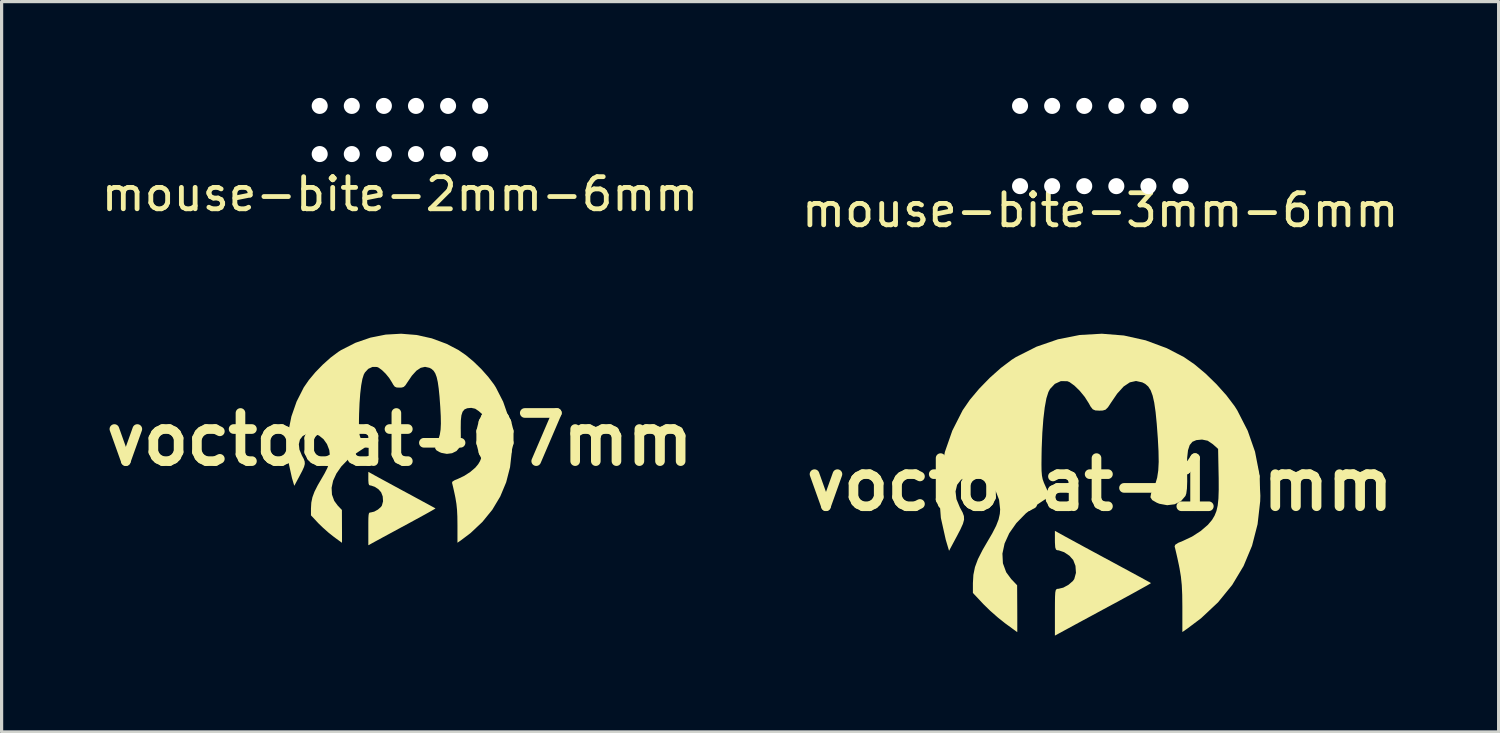
<source format=kicad_pcb>
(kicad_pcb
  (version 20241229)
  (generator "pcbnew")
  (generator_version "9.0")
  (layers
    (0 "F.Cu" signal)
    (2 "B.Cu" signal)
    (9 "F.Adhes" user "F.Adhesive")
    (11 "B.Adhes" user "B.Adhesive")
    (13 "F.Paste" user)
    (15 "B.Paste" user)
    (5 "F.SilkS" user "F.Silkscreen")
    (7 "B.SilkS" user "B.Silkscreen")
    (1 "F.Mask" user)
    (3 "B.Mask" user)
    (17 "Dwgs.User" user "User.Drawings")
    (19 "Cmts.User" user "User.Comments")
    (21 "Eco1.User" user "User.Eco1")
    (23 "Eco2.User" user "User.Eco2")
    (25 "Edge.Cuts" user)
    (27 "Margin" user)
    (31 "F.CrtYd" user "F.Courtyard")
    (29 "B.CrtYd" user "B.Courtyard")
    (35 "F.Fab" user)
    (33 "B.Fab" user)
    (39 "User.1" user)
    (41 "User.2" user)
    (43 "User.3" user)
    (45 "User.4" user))
  (footprint "voctocat-07mm"
    (layer "F.Cu")
    (at 9.407 10.639)
    (property "Reference" "voctocat-07mm" (at 0 0 0) (layer "F.SilkS") (effects (font (size 1.5 1.5) (thickness 0.3))))
    (attr board_only exclude_from_pos_files exclude_from_bom)
    (fp_poly (pts (xy -0.762 1.134) (xy -0.671 1.184) (xy -0.529 1.261) (xy -0.348 1.359) (xy -0.139 1.473) (xy 0.088 1.596) (xy 0.28 1.699) (xy 0.499 1.818) (xy 0.696 1.925) (xy 0.865 2.016) (xy 0.995 2.087) (xy 1.081 2.134) (xy 1.112 2.152) (xy 1.085 2.17) (xy 1.004 2.217) (xy 0.877 2.289) (xy 0.712 2.38) (xy 0.516 2.487) (xy 0.298 2.606) (xy 0.289 2.611) (xy 0.055 2.737) (xy -0.17 2.859) (xy -0.377 2.971) (xy -0.553 3.066) (xy -0.688 3.14) (xy -0.762 3.18) (xy -0.981 3.3) (xy -0.981 2.788) (xy -0.981 2.59) (xy -0.979 2.451) (xy -0.973 2.361) (xy -0.963 2.309) (xy -0.946 2.285) (xy -0.92 2.278) (xy -0.902 2.277) (xy -0.798 2.252) (xy -0.683 2.189) (xy -0.589 2.107) (xy -0.559 2.065) (xy -0.522 1.93) (xy -0.533 1.777) (xy -0.582 1.65) (xy -0.665 1.555) (xy -0.78 1.479) (xy -0.897 1.439) (xy -0.925 1.436) (xy -0.957 1.423) (xy -0.974 1.373) (xy -0.981 1.273) (xy -0.981 1.224) (xy -0.981 1.013)) (stroke (width 0) (type solid)) (fill yes) (layer "F.SilkS"))
    (fp_poly (pts (xy 0.522 -3.252) (xy 0.996 -3.147) (xy 1.459 -2.975) (xy 1.83 -2.781) (xy 2.058 -2.624) (xy 2.301 -2.421) (xy 2.539 -2.19) (xy 2.755 -1.947) (xy 2.934 -1.711) (xy 2.992 -1.619) (xy 3.22 -1.173) (xy 3.379 -0.716) (xy 3.471 -0.244) (xy 3.495 0.246) (xy 3.491 0.368) (xy 3.435 0.867) (xy 3.314 1.338) (xy 3.129 1.781) (xy 2.882 2.193) (xy 2.573 2.573) (xy 2.203 2.921) (xy 1.905 3.146) (xy 1.796 3.221) (xy 1.796 2.671) (xy 1.793 2.409) (xy 1.783 2.197) (xy 1.764 2.012) (xy 1.735 1.834) (xy 1.721 1.763) (xy 1.688 1.609) (xy 1.658 1.478) (xy 1.636 1.387) (xy 1.627 1.356) (xy 1.639 1.317) (xy 1.708 1.273) (xy 1.813 1.23) (xy 2.007 1.138) (xy 2.194 1.017) (xy 2.352 0.882) (xy 2.443 0.773) (xy 2.498 0.68) (xy 2.538 0.58) (xy 2.566 0.46) (xy 2.582 0.309) (xy 2.588 0.115) (xy 2.587 -0.135) (xy 2.586 -0.199) (xy 2.575 -0.777) (xy 2.461 -0.879) (xy 2.348 -0.955) (xy 2.229 -0.98) (xy 2.215 -0.98) (xy 2.1 -0.969) (xy 2.015 -0.932) (xy 1.956 -0.861) (xy 1.919 -0.747) (xy 1.901 -0.584) (xy 1.898 -0.361) (xy 1.899 -0.286) (xy 1.901 -0.067) (xy 1.896 0.09) (xy 1.882 0.195) (xy 1.863 0.251) (xy 1.766 0.364) (xy 1.628 0.432) (xy 1.465 0.453) (xy 1.295 0.421) (xy 1.237 0.397) (xy 1.139 0.34) (xy 1.1 0.279) (xy 1.115 0.194) (xy 1.15 0.117) (xy 1.207 -0.012) (xy 1.247 -0.149) (xy 1.271 -0.305) (xy 1.28 -0.493) (xy 1.276 -0.726) (xy 1.261 -1.005) (xy 1.238 -1.325) (xy 1.212 -1.583) (xy 1.183 -1.786) (xy 1.148 -1.941) (xy 1.105 -2.056) (xy 1.052 -2.138) (xy 0.988 -2.195) (xy 0.923 -2.229) (xy 0.786 -2.259) (xy 0.652 -2.229) (xy 0.516 -2.138) (xy 0.376 -1.983) (xy 0.239 -1.781) (xy 0.175 -1.684) (xy 0.123 -1.634) (xy 0.061 -1.614) (xy -0.012 -1.612) (xy -0.1 -1.616) (xy -0.157 -1.641) (xy -0.204 -1.702) (xy -0.244 -1.773) (xy -0.331 -1.912) (xy -0.441 -2.046) (xy -0.556 -2.158) (xy -0.661 -2.234) (xy -0.711 -2.255) (xy -0.851 -2.257) (xy -0.982 -2.197) (xy -1.087 -2.084) (xy -1.123 -2.018) (xy -1.166 -1.881) (xy -1.203 -1.682) (xy -1.233 -1.428) (xy -1.255 -1.128) (xy -1.269 -0.787) (xy -1.272 -0.631) (xy -1.274 -0.437) (xy -1.272 -0.297) (xy -1.264 -0.195) (xy -1.247 -0.114) (xy -1.221 -0.037) (xy -1.182 0.049) (xy -1.134 0.155) (xy -1.102 0.231) (xy -1.094 0.26) (xy -1.126 0.28) (xy -1.201 0.329) (xy -1.308 0.4) (xy -1.359 0.434) (xy -1.614 0.63) (xy -1.82 0.842) (xy -1.975 1.064) (xy -2.078 1.288) (xy -2.125 1.509) (xy -2.114 1.721) (xy -2.043 1.916) (xy -1.934 2.064) (xy -1.804 2.2) (xy -1.802 2.712) (xy -1.801 2.892) (xy -1.801 3.044) (xy -1.801 3.157) (xy -1.802 3.217) (xy -1.802 3.223) (xy -1.829 3.204) (xy -1.9 3.152) (xy -2.003 3.077) (xy -2.067 3.029) (xy -2.221 2.907) (xy -2.387 2.76) (xy -2.532 2.62) (xy -2.549 2.602) (xy -2.768 2.368) (xy -2.768 2.153) (xy -2.758 1.973) (xy -2.723 1.804) (xy -2.658 1.629) (xy -2.557 1.43) (xy -2.47 1.28) (xy -2.348 1.07) (xy -2.262 0.903) (xy -2.209 0.765) (xy -2.181 0.642) (xy -2.174 0.543) (xy -2.198 0.333) (xy -2.269 0.148) (xy -2.378 -0.006) (xy -2.516 -0.117) (xy -2.674 -0.179) (xy -2.844 -0.181) (xy -2.889 -0.171) (xy -3.026 -0.103) (xy -3.112 0.008) (xy -3.146 0.152) (xy -3.127 0.32) (xy -3.051 0.503) (xy -3.045 0.514) (xy -2.992 0.611) (xy -2.964 0.69) (xy -2.96 0.767) (xy -2.984 0.858) (xy -3.038 0.978) (xy -3.124 1.142) (xy -3.132 1.158) (xy -3.288 1.448) (xy -3.36 1.206) (xy -3.465 0.73) (xy -3.503 0.247) (xy -3.474 -0.236) (xy -3.378 -0.712) (xy -3.216 -1.177) (xy -2.992 -1.619) (xy -2.834 -1.848) (xy -2.632 -2.09) (xy -2.4 -2.328) (xy -2.158 -2.545) (xy -1.921 -2.723) (xy -1.83 -2.781) (xy -1.381 -3.009) (xy -0.916 -3.169) (xy -0.44 -3.264) (xy 0.041 -3.291)) (stroke (width 0) (type solid)) (fill yes) (layer "F.SilkS")))
  (footprint "voctocat-10mm"
    (layer "F.Cu")
    (at 31.221 12.045)
    (property "Reference" "voctocat-10mm" (at 0 0 0) (layer "F.SilkS") (effects (font (size 1.5 1.5) (thickness 0.3))))
    (attr board_only exclude_from_pos_files exclude_from_bom)
    (fp_poly (pts (xy -1.09 1.618) (xy -0.959 1.689) (xy -0.757 1.799) (xy -0.498 1.94) (xy -0.198 2.102) (xy 0.126 2.277) (xy 0.401 2.425) (xy 0.713 2.594) (xy 0.996 2.747) (xy 1.236 2.877) (xy 1.423 2.979) (xy 1.545 3.046) (xy 1.591 3.072) (xy 1.552 3.098) (xy 1.436 3.165) (xy 1.254 3.266) (xy 1.018 3.397) (xy 0.738 3.55) (xy 0.427 3.719) (xy 0.413 3.726) (xy 0.079 3.906) (xy -0.244 4.081) (xy -0.539 4.24) (xy -0.79 4.376) (xy -0.983 4.481) (xy -1.09 4.539) (xy -1.403 4.709) (xy -1.403 3.98) (xy -1.402 3.696) (xy -1.399 3.498) (xy -1.392 3.369) (xy -1.377 3.295) (xy -1.352 3.261) (xy -1.316 3.25) (xy -1.29 3.25) (xy -1.141 3.214) (xy -0.977 3.124) (xy -0.843 3.007) (xy -0.8 2.947) (xy -0.747 2.754) (xy -0.762 2.536) (xy -0.832 2.354) (xy -0.951 2.22) (xy -1.115 2.11) (xy -1.282 2.053) (xy -1.323 2.05) (xy -1.368 2.031) (xy -1.393 1.96) (xy -1.402 1.816) (xy -1.403 1.748) (xy -1.403 1.445)) (stroke (width 0) (type solid)) (fill yes) (layer "F.SilkS"))
    (fp_poly (pts (xy 0.746 -4.642) (xy 1.424 -4.491) (xy 2.086 -4.245) (xy 2.616 -3.97) (xy 2.944 -3.745) (xy 3.29 -3.456) (xy 3.63 -3.125) (xy 3.94 -2.779) (xy 4.195 -2.442) (xy 4.278 -2.311) (xy 4.604 -1.674) (xy 4.832 -1.022) (xy 4.963 -0.349) (xy 4.998 0.35) (xy 4.993 0.525) (xy 4.912 1.237) (xy 4.739 1.91) (xy 4.475 2.541) (xy 4.122 3.129) (xy 3.68 3.672) (xy 3.15 4.169) (xy 2.724 4.49) (xy 2.568 4.598) (xy 2.568 3.811) (xy 2.564 3.439) (xy 2.55 3.136) (xy 2.523 2.872) (xy 2.481 2.617) (xy 2.461 2.516) (xy 2.414 2.296) (xy 2.371 2.109) (xy 2.34 1.979) (xy 2.327 1.936) (xy 2.344 1.88) (xy 2.442 1.817) (xy 2.592 1.755) (xy 2.87 1.624) (xy 3.138 1.451) (xy 3.363 1.258) (xy 3.493 1.104) (xy 3.572 0.971) (xy 3.63 0.827) (xy 3.669 0.656) (xy 3.692 0.441) (xy 3.701 0.164) (xy 3.7 -0.192) (xy 3.698 -0.284) (xy 3.682 -1.108) (xy 3.519 -1.254) (xy 3.358 -1.363) (xy 3.188 -1.398) (xy 3.168 -1.398) (xy 3.003 -1.382) (xy 2.881 -1.33) (xy 2.797 -1.228) (xy 2.744 -1.067) (xy 2.718 -0.833) (xy 2.714 -0.516) (xy 2.716 -0.408) (xy 2.719 -0.096) (xy 2.711 0.128) (xy 2.691 0.279) (xy 2.664 0.358) (xy 2.525 0.519) (xy 2.328 0.617) (xy 2.095 0.646) (xy 1.852 0.601) (xy 1.769 0.567) (xy 1.629 0.486) (xy 1.573 0.398) (xy 1.594 0.277) (xy 1.644 0.167) (xy 1.726 -0.017) (xy 1.783 -0.212) (xy 1.817 -0.435) (xy 1.831 -0.704) (xy 1.825 -1.036) (xy 1.804 -1.434) (xy 1.77 -1.891) (xy 1.734 -2.259) (xy 1.692 -2.549) (xy 1.642 -2.77) (xy 1.581 -2.934) (xy 1.505 -3.052) (xy 1.412 -3.133) (xy 1.32 -3.181) (xy 1.124 -3.224) (xy 0.932 -3.182) (xy 0.738 -3.052) (xy 0.538 -2.831) (xy 0.341 -2.542) (xy 0.25 -2.404) (xy 0.176 -2.331) (xy 0.087 -2.304) (xy -0.017 -2.3) (xy -0.143 -2.307) (xy -0.224 -2.342) (xy -0.292 -2.429) (xy -0.348 -2.531) (xy -0.474 -2.729) (xy -0.63 -2.919) (xy -0.795 -3.08) (xy -0.946 -3.189) (xy -1.017 -3.218) (xy -1.218 -3.22) (xy -1.404 -3.135) (xy -1.555 -2.975) (xy -1.606 -2.88) (xy -1.668 -2.684) (xy -1.72 -2.4) (xy -1.763 -2.038) (xy -1.795 -1.609) (xy -1.815 -1.124) (xy -1.819 -0.9) (xy -1.822 -0.624) (xy -1.819 -0.424) (xy -1.807 -0.278) (xy -1.784 -0.162) (xy -1.745 -0.053) (xy -1.69 0.07) (xy -1.622 0.221) (xy -1.576 0.329) (xy -1.565 0.371) (xy -1.61 0.399) (xy -1.718 0.47) (xy -1.87 0.571) (xy -1.943 0.62) (xy -2.308 0.9) (xy -2.603 1.202) (xy -2.825 1.518) (xy -2.971 1.839) (xy -3.038 2.154) (xy -3.023 2.456) (xy -2.921 2.734) (xy -2.766 2.945) (xy -2.58 3.14) (xy -2.576 3.87) (xy -2.575 4.127) (xy -2.575 4.345) (xy -2.575 4.505) (xy -2.576 4.591) (xy -2.577 4.6) (xy -2.616 4.572) (xy -2.718 4.498) (xy -2.864 4.391) (xy -2.956 4.324) (xy -3.177 4.148) (xy -3.414 3.94) (xy -3.62 3.739) (xy -3.645 3.713) (xy -3.958 3.38) (xy -3.958 3.073) (xy -3.943 2.816) (xy -3.894 2.575) (xy -3.801 2.325) (xy -3.657 2.041) (xy -3.532 1.826) (xy -3.357 1.527) (xy -3.235 1.289) (xy -3.158 1.091) (xy -3.119 0.916) (xy -3.109 0.775) (xy -3.143 0.476) (xy -3.245 0.211) (xy -3.4 -0.008) (xy -3.598 -0.167) (xy -3.824 -0.255) (xy -4.067 -0.259) (xy -4.131 -0.244) (xy -4.327 -0.147) (xy -4.45 0.011) (xy -4.499 0.216) (xy -4.471 0.456) (xy -4.362 0.719) (xy -4.354 0.734) (xy -4.279 0.871) (xy -4.238 0.984) (xy -4.233 1.095) (xy -4.268 1.225) (xy -4.345 1.396) (xy -4.467 1.63) (xy -4.479 1.652) (xy -4.701 2.067) (xy -4.804 1.721) (xy -4.956 1.042) (xy -5.009 0.353) (xy -4.967 -0.336) (xy -4.83 -1.017) (xy -4.599 -1.679) (xy -4.278 -2.311) (xy -4.053 -2.638) (xy -3.763 -2.983) (xy -3.432 -3.323) (xy -3.085 -3.632) (xy -2.747 -3.887) (xy -2.616 -3.97) (xy -1.974 -4.294) (xy -1.309 -4.523) (xy -0.629 -4.658) (xy 0.059 -4.697)) (stroke (width 0) (type solid)) (fill yes) (layer "F.SilkS")))
  (footprint "mouse-bite-2mm-6mm"
    (layer "F.Cu")
    (at 7.411 1)
    (property "Reference" "mouse-bite-2mm-6mm" (at 2 2 0) (layer "F.SilkS") (effects (font (size 1 1) (thickness 0.15))))
    (attr through_hole)
    (pad "" np_thru_hole circle (at -0.5 -0.75) (size 0.5 0.5) (drill 0.5) (layers "*.Cu" "*.Mask"))
    (pad "" np_thru_hole circle (at -0.5 0.75) (size 0.5 0.5) (drill 0.5) (layers "*.Cu" "*.Mask"))
    (pad "" np_thru_hole circle (at 0.5 -0.75) (size 0.5 0.5) (drill 0.5) (layers "*.Cu" "*.Mask"))
    (pad "" np_thru_hole circle (at 0.5 0.75) (size 0.5 0.5) (drill 0.5) (layers "*.Cu" "*.Mask"))
    (pad "" np_thru_hole circle (at 1.5 -0.75) (size 0.5 0.5) (drill 0.5) (layers "*.Cu" "*.Mask"))
    (pad "" np_thru_hole circle (at 1.5 0.75) (size 0.5 0.5) (drill 0.5) (layers "*.Cu" "*.Mask"))
    (pad "" np_thru_hole circle (at 2.5 -0.75) (size 0.5 0.5) (drill 0.5) (layers "*.Cu" "*.Mask"))
    (pad "" np_thru_hole circle (at 2.5 0.75) (size 0.5 0.5) (drill 0.5) (layers "*.Cu" "*.Mask"))
    (pad "" np_thru_hole circle (at 3.5 -0.75) (size 0.5 0.5) (drill 0.5) (layers "*.Cu" "*.Mask"))
    (pad "" np_thru_hole circle (at 3.5 0.75) (size 0.5 0.5) (drill 0.5) (layers "*.Cu" "*.Mask"))
    (pad "" np_thru_hole circle (at 4.5 -0.75) (size 0.5 0.5) (drill 0.5) (layers "*.Cu" "*.Mask"))
    (pad "" np_thru_hole circle (at 4.5 0.75) (size 0.5 0.5) (drill 0.5) (layers "*.Cu" "*.Mask")))
  (footprint "mouse-bite-3mm-6mm"
    (layer "F.Cu")
    (at 29.232 1.5)
    (property "Reference" "mouse-bite-3mm-6mm" (at 2 2 0) (layer "F.SilkS") (effects (font (size 1 1) (thickness 0.15))))
    (attr through_hole)
    (pad "" np_thru_hole circle (at -0.5 -1.25) (size 0.5 0.5) (drill 0.5) (layers "*.Cu" "*.Mask"))
    (pad "" np_thru_hole circle (at -0.5 1.25) (size 0.5 0.5) (drill 0.5) (layers "*.Cu" "*.Mask"))
    (pad "" np_thru_hole circle (at 0.5 -1.25) (size 0.5 0.5) (drill 0.5) (layers "*.Cu" "*.Mask"))
    (pad "" np_thru_hole circle (at 0.5 1.25) (size 0.5 0.5) (drill 0.5) (layers "*.Cu" "*.Mask"))
    (pad "" np_thru_hole circle (at 1.5 -1.25) (size 0.5 0.5) (drill 0.5) (layers "*.Cu" "*.Mask"))
    (pad "" np_thru_hole circle (at 1.5 1.25) (size 0.5 0.5) (drill 0.5) (layers "*.Cu" "*.Mask"))
    (pad "" np_thru_hole circle (at 2.5 -1.25) (size 0.5 0.5) (drill 0.5) (layers "*.Cu" "*.Mask"))
    (pad "" np_thru_hole circle (at 2.5 1.25) (size 0.5 0.5) (drill 0.5) (layers "*.Cu" "*.Mask"))
    (pad "" np_thru_hole circle (at 3.5 -1.25) (size 0.5 0.5) (drill 0.5) (layers "*.Cu" "*.Mask"))
    (pad "" np_thru_hole circle (at 3.5 1.25) (size 0.5 0.5) (drill 0.5) (layers "*.Cu" "*.Mask"))
    (pad "" np_thru_hole circle (at 4.5 -1.25) (size 0.5 0.5) (drill 0.5) (layers "*.Cu" "*.Mask"))
    (pad "" np_thru_hole circle (at 4.5 1.25) (size 0.5 0.5) (drill 0.5) (layers "*.Cu" "*.Mask")))
  (gr_rect
    (start -3 -3)
    (end 43.643 19.755)
    (stroke (width 0.1) (type default))
    (fill no)
    (layer "Edge.Cuts")))
</source>
